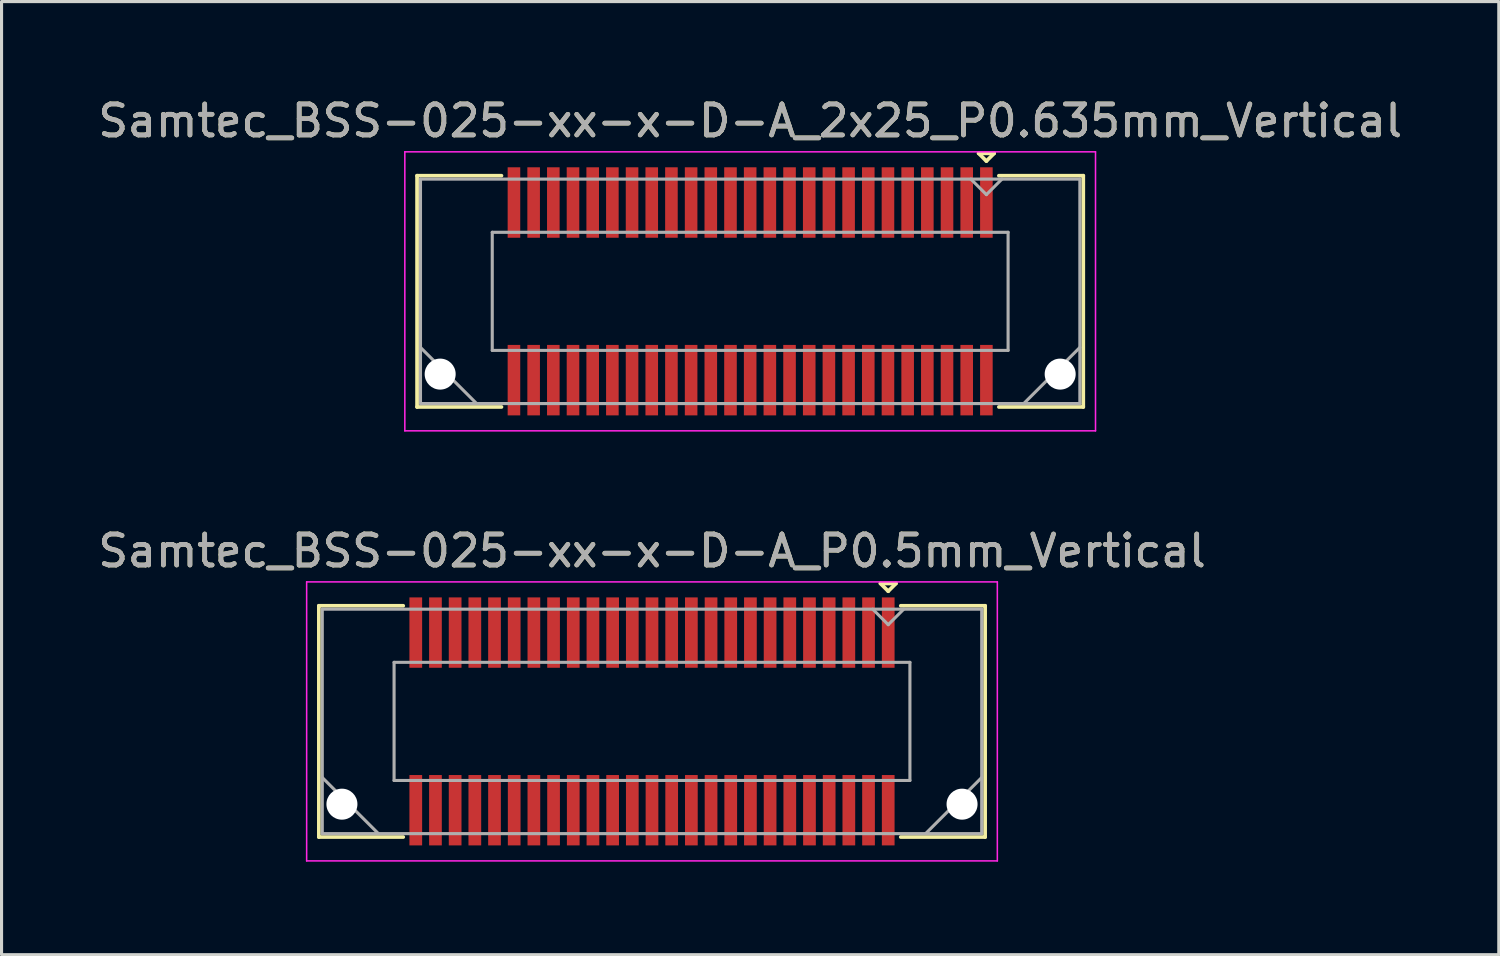
<source format=kicad_pcb>
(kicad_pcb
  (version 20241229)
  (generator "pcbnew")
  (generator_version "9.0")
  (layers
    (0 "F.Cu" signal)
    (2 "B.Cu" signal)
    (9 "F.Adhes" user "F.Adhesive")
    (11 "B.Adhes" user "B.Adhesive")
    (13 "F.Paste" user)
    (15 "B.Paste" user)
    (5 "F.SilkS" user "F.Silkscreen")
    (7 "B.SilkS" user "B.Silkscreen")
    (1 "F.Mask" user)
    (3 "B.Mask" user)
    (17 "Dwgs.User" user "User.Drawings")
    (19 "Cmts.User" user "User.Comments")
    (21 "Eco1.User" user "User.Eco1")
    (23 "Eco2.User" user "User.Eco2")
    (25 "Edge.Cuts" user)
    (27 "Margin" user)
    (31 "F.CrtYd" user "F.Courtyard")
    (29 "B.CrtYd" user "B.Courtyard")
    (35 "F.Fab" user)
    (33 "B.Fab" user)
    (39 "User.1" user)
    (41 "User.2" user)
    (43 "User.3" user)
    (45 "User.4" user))
  (footprint "Samtec_BSS-025-xx-x-D-A_P0.5mm_Vertical"
    (layer "F.Cu")
    (at 17.982 20.221)
    (property "Reference" "Samtec_BSS-025-xx-x-D-A_P0.5mm_Vertical" (at 0 -5.5 0) (layer "F.SilkS") (effects (font (size 1 1) (thickness 0.15))))
    (attr smd)
    (fp_line (start -10.746 -3.73) (end -8.025 -3.73) (stroke (width 0.12) (type solid)) (layer "F.SilkS"))
    (fp_line (start -10.746 3.73) (end -10.746 -3.73) (stroke (width 0.12) (type solid)) (layer "F.SilkS"))
    (fp_line (start -8.025 3.73) (end -10.746 3.73) (stroke (width 0.12) (type solid)) (layer "F.SilkS"))
    (fp_line (start 7.37 -4.45) (end 7.87 -4.45) (stroke (width 0.12) (type solid)) (layer "F.SilkS"))
    (fp_line (start 7.62 -4.2) (end 7.37 -4.45) (stroke (width 0.12) (type solid)) (layer "F.SilkS"))
    (fp_line (start 7.87 -4.45) (end 7.62 -4.2) (stroke (width 0.12) (type solid)) (layer "F.SilkS"))
    (fp_line (start 8.025 3.73) (end 10.746 3.73) (stroke (width 0.12) (type solid)) (layer "F.SilkS"))
    (fp_line (start 10.746 -3.73) (end 8.025 -3.73) (stroke (width 0.12) (type solid)) (layer "F.SilkS"))
    (fp_line (start 10.746 3.73) (end 10.746 -3.73) (stroke (width 0.12) (type solid)) (layer "F.SilkS"))
    (fp_line (start -11.14 -4.5) (end -11.14 4.5) (stroke (width 0.05) (type solid)) (layer "F.CrtYd"))
    (fp_line (start -11.14 4.5) (end 11.14 4.5) (stroke (width 0.05) (type solid)) (layer "F.CrtYd"))
    (fp_line (start 11.14 -4.5) (end -11.14 -4.5) (stroke (width 0.05) (type solid)) (layer "F.CrtYd"))
    (fp_line (start 11.14 4.5) (end 11.14 -4.5) (stroke (width 0.05) (type solid)) (layer "F.CrtYd"))
    (fp_line (start -10.636 -3.62) (end -10.636 3.62) (stroke (width 0.1) (type solid)) (layer "F.Fab"))
    (fp_line (start -10.636 1.81) (end -8.826 3.62) (stroke (width 0.1) (type solid)) (layer "F.Fab"))
    (fp_line (start -10.636 3.62) (end 10.636 3.62) (stroke (width 0.1) (type solid)) (layer "F.Fab"))
    (fp_line (start -8.32 -1.905) (end -8.32 1.905) (stroke (width 0.1) (type solid)) (layer "F.Fab"))
    (fp_line (start -8.32 1.905) (end 8.32 1.905) (stroke (width 0.1) (type solid)) (layer "F.Fab"))
    (fp_line (start 7.62 -3.12) (end 7.12 -3.62) (stroke (width 0.1) (type solid)) (layer "F.Fab"))
    (fp_line (start 8.12 -3.62) (end 7.62 -3.12) (stroke (width 0.1) (type solid)) (layer "F.Fab"))
    (fp_line (start 8.32 -1.905) (end -8.32 -1.905) (stroke (width 0.1) (type solid)) (layer "F.Fab"))
    (fp_line (start 8.32 1.905) (end 8.32 -1.905) (stroke (width 0.1) (type solid)) (layer "F.Fab"))
    (fp_line (start 10.636 -3.62) (end -10.636 -3.62) (stroke (width 0.1) (type solid)) (layer "F.Fab"))
    (fp_line (start 10.636 1.81) (end 8.826 3.62) (stroke (width 0.1) (type solid)) (layer "F.Fab"))
    (fp_line (start 10.636 3.62) (end 10.636 -3.62) (stroke (width 0.1) (type solid)) (layer "F.Fab"))
    (fp_text user "${REFERENCE}" (at 0 -5.5 0) (layer "F.Fab") (effects (font (size 1 1) (thickness 0.15))))
    (pad "" np_thru_hole circle (at -10.002 2.67) (size 1 1) (drill 1) (layers "*.Cu" "*.Mask"))
    (pad "" np_thru_hole circle (at 10.002 2.67) (size 1 1) (drill 1) (layers "*.Cu" "*.Mask"))
    (pad "1" smd rect (at 7.62 -2.865) (size 0.41 2.27) (layers "F.Cu" "F.Mask" "F.Paste"))
    (pad "2" smd rect (at 7.62 2.865) (size 0.41 2.27) (layers "F.Cu" "F.Mask" "F.Paste"))
    (pad "3" smd rect (at 6.985 -2.865) (size 0.41 2.27) (layers "F.Cu" "F.Mask" "F.Paste"))
    (pad "4" smd rect (at 6.985 2.865) (size 0.41 2.27) (layers "F.Cu" "F.Mask" "F.Paste"))
    (pad "5" smd rect (at 6.35 -2.865) (size 0.41 2.27) (layers "F.Cu" "F.Mask" "F.Paste"))
    (pad "6" smd rect (at 6.35 2.865) (size 0.41 2.27) (layers "F.Cu" "F.Mask" "F.Paste"))
    (pad "7" smd rect (at 5.715 -2.865) (size 0.41 2.27) (layers "F.Cu" "F.Mask" "F.Paste"))
    (pad "8" smd rect (at 5.715 2.865) (size 0.41 2.27) (layers "F.Cu" "F.Mask" "F.Paste"))
    (pad "9" smd rect (at 5.08 -2.865) (size 0.41 2.27) (layers "F.Cu" "F.Mask" "F.Paste"))
    (pad "10" smd rect (at 5.08 2.865) (size 0.41 2.27) (layers "F.Cu" "F.Mask" "F.Paste"))
    (pad "11" smd rect (at 4.445 -2.865) (size 0.41 2.27) (layers "F.Cu" "F.Mask" "F.Paste"))
    (pad "12" smd rect (at 4.445 2.865) (size 0.41 2.27) (layers "F.Cu" "F.Mask" "F.Paste"))
    (pad "13" smd rect (at 3.81 -2.865) (size 0.41 2.27) (layers "F.Cu" "F.Mask" "F.Paste"))
    (pad "14" smd rect (at 3.81 2.865) (size 0.41 2.27) (layers "F.Cu" "F.Mask" "F.Paste"))
    (pad "15" smd rect (at 3.175 -2.865) (size 0.41 2.27) (layers "F.Cu" "F.Mask" "F.Paste"))
    (pad "16" smd rect (at 3.175 2.865) (size 0.41 2.27) (layers "F.Cu" "F.Mask" "F.Paste"))
    (pad "17" smd rect (at 2.54 -2.865) (size 0.41 2.27) (layers "F.Cu" "F.Mask" "F.Paste"))
    (pad "18" smd rect (at 2.54 2.865) (size 0.41 2.27) (layers "F.Cu" "F.Mask" "F.Paste"))
    (pad "19" smd rect (at 1.905 -2.865) (size 0.41 2.27) (layers "F.Cu" "F.Mask" "F.Paste"))
    (pad "20" smd rect (at 1.905 2.865) (size 0.41 2.27) (layers "F.Cu" "F.Mask" "F.Paste"))
    (pad "21" smd rect (at 1.27 -2.865) (size 0.41 2.27) (layers "F.Cu" "F.Mask" "F.Paste"))
    (pad "22" smd rect (at 1.27 2.865) (size 0.41 2.27) (layers "F.Cu" "F.Mask" "F.Paste"))
    (pad "23" smd rect (at 0.635 -2.865) (size 0.41 2.27) (layers "F.Cu" "F.Mask" "F.Paste"))
    (pad "24" smd rect (at 0.635 2.865) (size 0.41 2.27) (layers "F.Cu" "F.Mask" "F.Paste"))
    (pad "25" smd rect (at 0 -2.865) (size 0.41 2.27) (layers "F.Cu" "F.Mask" "F.Paste"))
    (pad "26" smd rect (at 0 2.865) (size 0.41 2.27) (layers "F.Cu" "F.Mask" "F.Paste"))
    (pad "27" smd rect (at -0.635 -2.865) (size 0.41 2.27) (layers "F.Cu" "F.Mask" "F.Paste"))
    (pad "28" smd rect (at -0.635 2.865) (size 0.41 2.27) (layers "F.Cu" "F.Mask" "F.Paste"))
    (pad "29" smd rect (at -1.27 -2.865) (size 0.41 2.27) (layers "F.Cu" "F.Mask" "F.Paste"))
    (pad "30" smd rect (at -1.27 2.865) (size 0.41 2.27) (layers "F.Cu" "F.Mask" "F.Paste"))
    (pad "31" smd rect (at -1.905 -2.865) (size 0.41 2.27) (layers "F.Cu" "F.Mask" "F.Paste"))
    (pad "32" smd rect (at -1.905 2.865) (size 0.41 2.27) (layers "F.Cu" "F.Mask" "F.Paste"))
    (pad "33" smd rect (at -2.54 -2.865) (size 0.41 2.27) (layers "F.Cu" "F.Mask" "F.Paste"))
    (pad "34" smd rect (at -2.54 2.865) (size 0.41 2.27) (layers "F.Cu" "F.Mask" "F.Paste"))
    (pad "35" smd rect (at -3.175 -2.865) (size 0.41 2.27) (layers "F.Cu" "F.Mask" "F.Paste"))
    (pad "36" smd rect (at -3.175 2.865) (size 0.41 2.27) (layers "F.Cu" "F.Mask" "F.Paste"))
    (pad "37" smd rect (at -3.81 -2.865) (size 0.41 2.27) (layers "F.Cu" "F.Mask" "F.Paste"))
    (pad "38" smd rect (at -3.81 2.865) (size 0.41 2.27) (layers "F.Cu" "F.Mask" "F.Paste"))
    (pad "39" smd rect (at -4.445 -2.865) (size 0.41 2.27) (layers "F.Cu" "F.Mask" "F.Paste"))
    (pad "40" smd rect (at -4.445 2.865) (size 0.41 2.27) (layers "F.Cu" "F.Mask" "F.Paste"))
    (pad "41" smd rect (at -5.08 -2.865) (size 0.41 2.27) (layers "F.Cu" "F.Mask" "F.Paste"))
    (pad "42" smd rect (at -5.08 2.865) (size 0.41 2.27) (layers "F.Cu" "F.Mask" "F.Paste"))
    (pad "43" smd rect (at -5.715 -2.865) (size 0.41 2.27) (layers "F.Cu" "F.Mask" "F.Paste"))
    (pad "44" smd rect (at -5.715 2.865) (size 0.41 2.27) (layers "F.Cu" "F.Mask" "F.Paste"))
    (pad "45" smd rect (at -6.35 -2.865) (size 0.41 2.27) (layers "F.Cu" "F.Mask" "F.Paste"))
    (pad "46" smd rect (at -6.35 2.865) (size 0.41 2.27) (layers "F.Cu" "F.Mask" "F.Paste"))
    (pad "47" smd rect (at -6.985 -2.865) (size 0.41 2.27) (layers "F.Cu" "F.Mask" "F.Paste"))
    (pad "48" smd rect (at -6.985 2.865) (size 0.41 2.27) (layers "F.Cu" "F.Mask" "F.Paste"))
    (pad "49" smd rect (at -7.62 -2.865) (size 0.41 2.27) (layers "F.Cu" "F.Mask" "F.Paste"))
    (pad "50" smd rect (at -7.62 2.865) (size 0.41 2.27) (layers "F.Cu" "F.Mask" "F.Paste")))
  (footprint "Samtec_BSS-025-xx-x-D-A_2x25_P0.635mm_Vertical"
    (layer "F.Cu")
    (at 21.149 6.348)
    (property "Reference" "Samtec_BSS-025-xx-x-D-A_2x25_P0.635mm_Vertical" (at 0 -5.5 0) (layer "F.SilkS") (effects (font (size 1 1) (thickness 0.15))))
    (attr smd)
    (fp_line (start -10.745 -3.73) (end -8.023 -3.73) (stroke (width 0.12) (type solid)) (layer "F.SilkS"))
    (fp_line (start -10.745 3.73) (end -10.745 -3.73) (stroke (width 0.12) (type solid)) (layer "F.SilkS"))
    (fp_line (start -8.023 3.73) (end -10.745 3.73) (stroke (width 0.12) (type solid)) (layer "F.SilkS"))
    (fp_line (start 7.37 -4.452) (end 7.87 -4.452) (stroke (width 0.12) (type solid)) (layer "F.SilkS"))
    (fp_line (start 7.62 -4.202) (end 7.37 -4.452) (stroke (width 0.12) (type solid)) (layer "F.SilkS"))
    (fp_line (start 7.87 -4.452) (end 7.62 -4.202) (stroke (width 0.12) (type solid)) (layer "F.SilkS"))
    (fp_line (start 8.023 3.73) (end 10.745 3.73) (stroke (width 0.12) (type solid)) (layer "F.SilkS"))
    (fp_line (start 10.745 -3.73) (end 8.023 -3.73) (stroke (width 0.12) (type solid)) (layer "F.SilkS"))
    (fp_line (start 10.745 3.73) (end 10.745 -3.73) (stroke (width 0.12) (type solid)) (layer "F.SilkS"))
    (fp_line (start -11.14 -4.5) (end -11.14 4.5) (stroke (width 0.05) (type solid)) (layer "F.CrtYd"))
    (fp_line (start -11.14 4.5) (end 11.14 4.5) (stroke (width 0.05) (type solid)) (layer "F.CrtYd"))
    (fp_line (start 11.14 -4.5) (end -11.14 -4.5) (stroke (width 0.05) (type solid)) (layer "F.CrtYd"))
    (fp_line (start 11.14 4.5) (end 11.14 -4.5) (stroke (width 0.05) (type solid)) (layer "F.CrtYd"))
    (fp_line (start -10.635 -3.62) (end -10.635 3.62) (stroke (width 0.1) (type solid)) (layer "F.Fab"))
    (fp_line (start -10.635 1.81) (end -8.825 3.62) (stroke (width 0.1) (type solid)) (layer "F.Fab"))
    (fp_line (start -10.635 3.62) (end 10.635 3.62) (stroke (width 0.1) (type solid)) (layer "F.Fab"))
    (fp_line (start -8.32 -1.905) (end -8.32 1.905) (stroke (width 0.1) (type solid)) (layer "F.Fab"))
    (fp_line (start -8.32 1.905) (end 8.32 1.905) (stroke (width 0.1) (type solid)) (layer "F.Fab"))
    (fp_line (start 7.62 -3.12) (end 7.12 -3.62) (stroke (width 0.1) (type solid)) (layer "F.Fab"))
    (fp_line (start 8.12 -3.62) (end 7.62 -3.12) (stroke (width 0.1) (type solid)) (layer "F.Fab"))
    (fp_line (start 8.32 -1.905) (end -8.32 -1.905) (stroke (width 0.1) (type solid)) (layer "F.Fab"))
    (fp_line (start 8.32 1.905) (end 8.32 -1.905) (stroke (width 0.1) (type solid)) (layer "F.Fab"))
    (fp_line (start 10.635 -3.62) (end -10.635 -3.62) (stroke (width 0.1) (type solid)) (layer "F.Fab"))
    (fp_line (start 10.635 1.81) (end 8.825 3.62) (stroke (width 0.1) (type solid)) (layer "F.Fab"))
    (fp_line (start 10.635 3.62) (end 10.635 -3.62) (stroke (width 0.1) (type solid)) (layer "F.Fab"))
    (fp_text user "${REFERENCE}" (at 0 -5.5 0) (layer "F.Fab") (effects (font (size 1 1) (thickness 0.15))))
    (pad "" np_thru_hole circle (at -10 2.67) (size 1 1) (drill 1) (layers "*.Cu" "*.Mask"))
    (pad "" np_thru_hole circle (at 10 2.67) (size 1 1) (drill 1) (layers "*.Cu" "*.Mask"))
    (pad "1" smd rect (at 7.62 -2.865) (size 0.406 2.273) (layers "F.Cu" "F.Mask" "F.Paste"))
    (pad "2" smd rect (at 7.62 2.865) (size 0.406 2.273) (layers "F.Cu" "F.Mask" "F.Paste"))
    (pad "3" smd rect (at 6.985 -2.865) (size 0.406 2.273) (layers "F.Cu" "F.Mask" "F.Paste"))
    (pad "4" smd rect (at 6.985 2.865) (size 0.406 2.273) (layers "F.Cu" "F.Mask" "F.Paste"))
    (pad "5" smd rect (at 6.35 -2.865) (size 0.406 2.273) (layers "F.Cu" "F.Mask" "F.Paste"))
    (pad "6" smd rect (at 6.35 2.865) (size 0.406 2.273) (layers "F.Cu" "F.Mask" "F.Paste"))
    (pad "7" smd rect (at 5.715 -2.865) (size 0.406 2.273) (layers "F.Cu" "F.Mask" "F.Paste"))
    (pad "8" smd rect (at 5.715 2.865) (size 0.406 2.273) (layers "F.Cu" "F.Mask" "F.Paste"))
    (pad "9" smd rect (at 5.08 -2.865) (size 0.406 2.273) (layers "F.Cu" "F.Mask" "F.Paste"))
    (pad "10" smd rect (at 5.08 2.865) (size 0.406 2.273) (layers "F.Cu" "F.Mask" "F.Paste"))
    (pad "11" smd rect (at 4.445 -2.865) (size 0.406 2.273) (layers "F.Cu" "F.Mask" "F.Paste"))
    (pad "12" smd rect (at 4.445 2.865) (size 0.406 2.273) (layers "F.Cu" "F.Mask" "F.Paste"))
    (pad "13" smd rect (at 3.81 -2.865) (size 0.406 2.273) (layers "F.Cu" "F.Mask" "F.Paste"))
    (pad "14" smd rect (at 3.81 2.865) (size 0.406 2.273) (layers "F.Cu" "F.Mask" "F.Paste"))
    (pad "15" smd rect (at 3.175 -2.865) (size 0.406 2.273) (layers "F.Cu" "F.Mask" "F.Paste"))
    (pad "16" smd rect (at 3.175 2.865) (size 0.406 2.273) (layers "F.Cu" "F.Mask" "F.Paste"))
    (pad "17" smd rect (at 2.54 -2.865) (size 0.406 2.273) (layers "F.Cu" "F.Mask" "F.Paste"))
    (pad "18" smd rect (at 2.54 2.865) (size 0.406 2.273) (layers "F.Cu" "F.Mask" "F.Paste"))
    (pad "19" smd rect (at 1.905 -2.865) (size 0.406 2.273) (layers "F.Cu" "F.Mask" "F.Paste"))
    (pad "20" smd rect (at 1.905 2.865) (size 0.406 2.273) (layers "F.Cu" "F.Mask" "F.Paste"))
    (pad "21" smd rect (at 1.27 -2.865) (size 0.406 2.273) (layers "F.Cu" "F.Mask" "F.Paste"))
    (pad "22" smd rect (at 1.27 2.865) (size 0.406 2.273) (layers "F.Cu" "F.Mask" "F.Paste"))
    (pad "23" smd rect (at 0.635 -2.865) (size 0.406 2.273) (layers "F.Cu" "F.Mask" "F.Paste"))
    (pad "24" smd rect (at 0.635 2.865) (size 0.406 2.273) (layers "F.Cu" "F.Mask" "F.Paste"))
    (pad "25" smd rect (at 0 -2.865) (size 0.406 2.273) (layers "F.Cu" "F.Mask" "F.Paste"))
    (pad "26" smd rect (at 0 2.865) (size 0.406 2.273) (layers "F.Cu" "F.Mask" "F.Paste"))
    (pad "27" smd rect (at -0.635 -2.865) (size 0.406 2.273) (layers "F.Cu" "F.Mask" "F.Paste"))
    (pad "28" smd rect (at -0.635 2.865) (size 0.406 2.273) (layers "F.Cu" "F.Mask" "F.Paste"))
    (pad "29" smd rect (at -1.27 -2.865) (size 0.406 2.273) (layers "F.Cu" "F.Mask" "F.Paste"))
    (pad "30" smd rect (at -1.27 2.865) (size 0.406 2.273) (layers "F.Cu" "F.Mask" "F.Paste"))
    (pad "31" smd rect (at -1.905 -2.865) (size 0.406 2.273) (layers "F.Cu" "F.Mask" "F.Paste"))
    (pad "32" smd rect (at -1.905 2.865) (size 0.406 2.273) (layers "F.Cu" "F.Mask" "F.Paste"))
    (pad "33" smd rect (at -2.54 -2.865) (size 0.406 2.273) (layers "F.Cu" "F.Mask" "F.Paste"))
    (pad "34" smd rect (at -2.54 2.865) (size 0.406 2.273) (layers "F.Cu" "F.Mask" "F.Paste"))
    (pad "35" smd rect (at -3.175 -2.865) (size 0.406 2.273) (layers "F.Cu" "F.Mask" "F.Paste"))
    (pad "36" smd rect (at -3.175 2.865) (size 0.406 2.273) (layers "F.Cu" "F.Mask" "F.Paste"))
    (pad "37" smd rect (at -3.81 -2.865) (size 0.406 2.273) (layers "F.Cu" "F.Mask" "F.Paste"))
    (pad "38" smd rect (at -3.81 2.865) (size 0.406 2.273) (layers "F.Cu" "F.Mask" "F.Paste"))
    (pad "39" smd rect (at -4.445 -2.865) (size 0.406 2.273) (layers "F.Cu" "F.Mask" "F.Paste"))
    (pad "40" smd rect (at -4.445 2.865) (size 0.406 2.273) (layers "F.Cu" "F.Mask" "F.Paste"))
    (pad "41" smd rect (at -5.08 -2.865) (size 0.406 2.273) (layers "F.Cu" "F.Mask" "F.Paste"))
    (pad "42" smd rect (at -5.08 2.865) (size 0.406 2.273) (layers "F.Cu" "F.Mask" "F.Paste"))
    (pad "43" smd rect (at -5.715 -2.865) (size 0.406 2.273) (layers "F.Cu" "F.Mask" "F.Paste"))
    (pad "44" smd rect (at -5.715 2.865) (size 0.406 2.273) (layers "F.Cu" "F.Mask" "F.Paste"))
    (pad "45" smd rect (at -6.35 -2.865) (size 0.406 2.273) (layers "F.Cu" "F.Mask" "F.Paste"))
    (pad "46" smd rect (at -6.35 2.865) (size 0.406 2.273) (layers "F.Cu" "F.Mask" "F.Paste"))
    (pad "47" smd rect (at -6.985 -2.865) (size 0.406 2.273) (layers "F.Cu" "F.Mask" "F.Paste"))
    (pad "48" smd rect (at -6.985 2.865) (size 0.406 2.273) (layers "F.Cu" "F.Mask" "F.Paste"))
    (pad "49" smd rect (at -7.62 -2.865) (size 0.406 2.273) (layers "F.Cu" "F.Mask" "F.Paste"))
    (pad "50" smd rect (at -7.62 2.865) (size 0.406 2.273) (layers "F.Cu" "F.Mask" "F.Paste")))
  (gr_rect
    (start -3 -3)
    (end 45.298 27.747)
    (stroke (width 0.1) (type default))
    (fill no)
    (layer "Edge.Cuts")))
</source>
